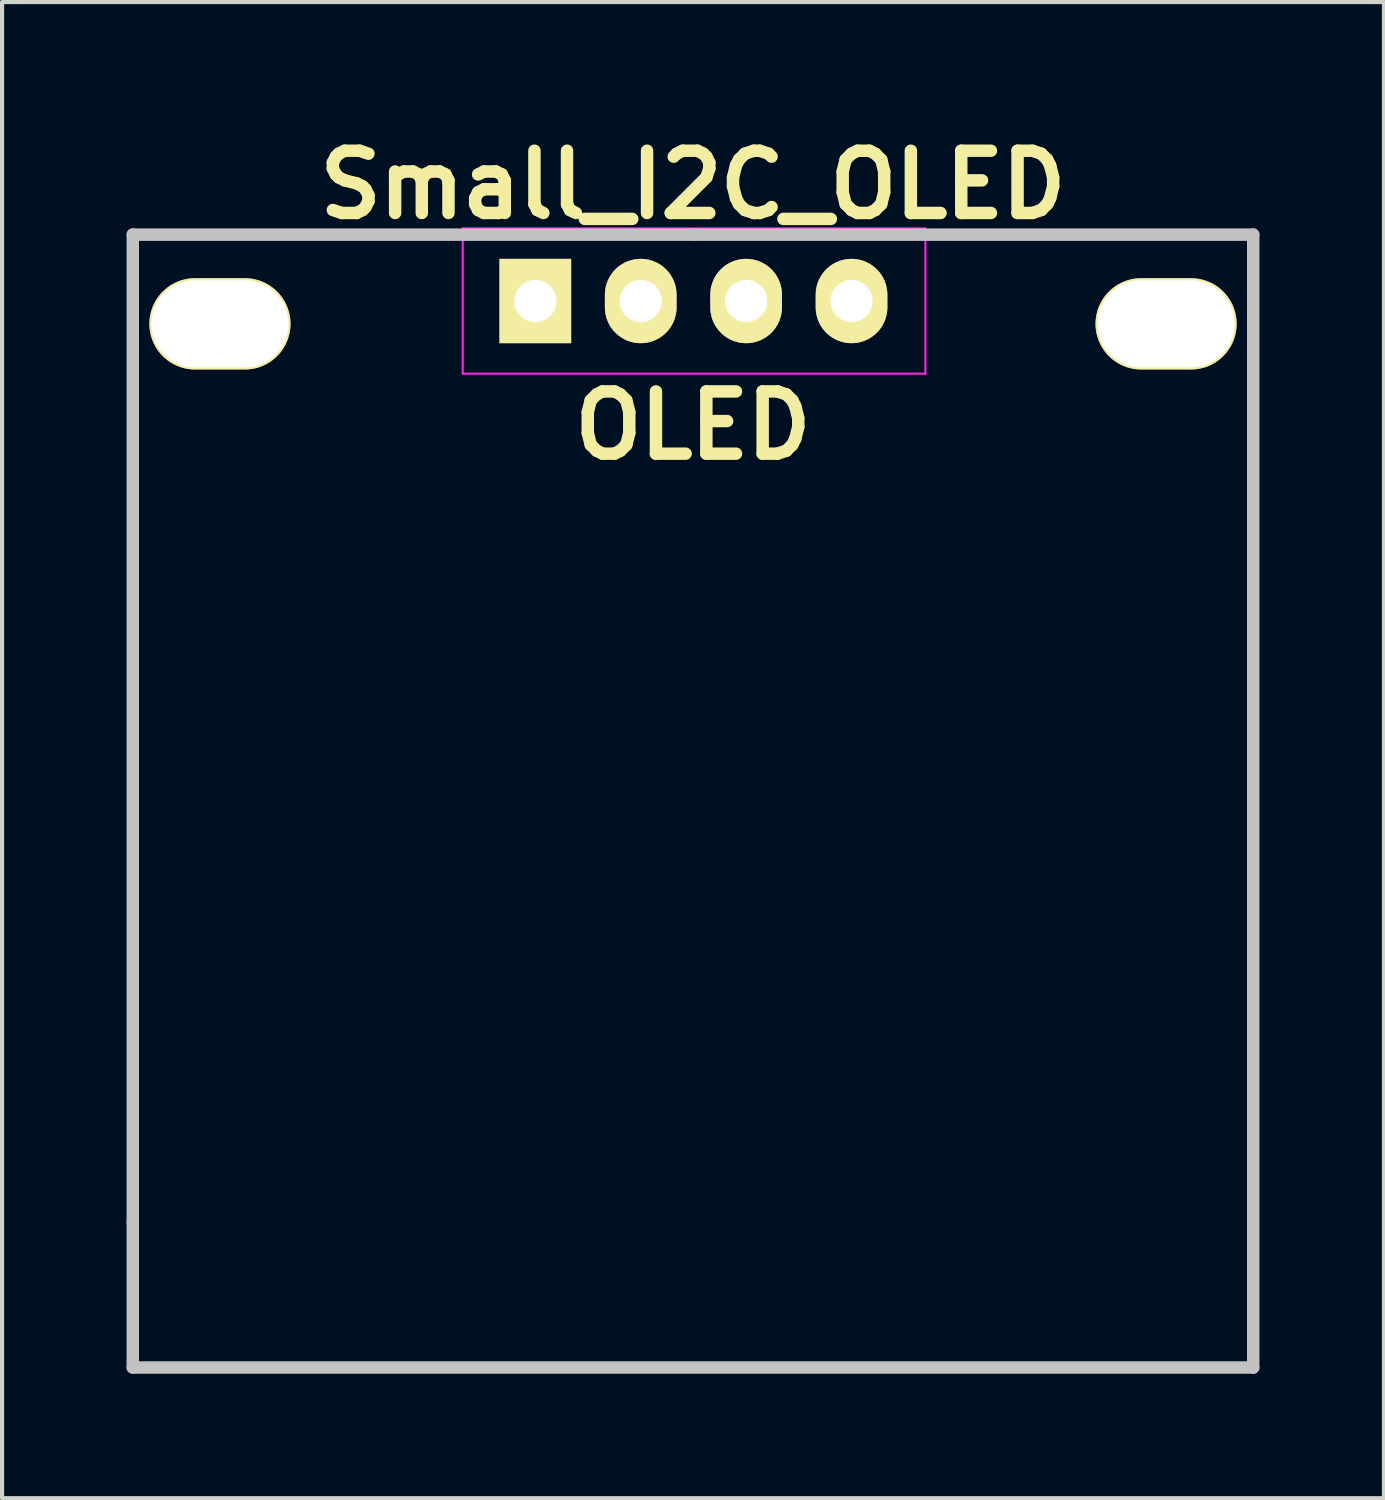
<source format=kicad_pcb>
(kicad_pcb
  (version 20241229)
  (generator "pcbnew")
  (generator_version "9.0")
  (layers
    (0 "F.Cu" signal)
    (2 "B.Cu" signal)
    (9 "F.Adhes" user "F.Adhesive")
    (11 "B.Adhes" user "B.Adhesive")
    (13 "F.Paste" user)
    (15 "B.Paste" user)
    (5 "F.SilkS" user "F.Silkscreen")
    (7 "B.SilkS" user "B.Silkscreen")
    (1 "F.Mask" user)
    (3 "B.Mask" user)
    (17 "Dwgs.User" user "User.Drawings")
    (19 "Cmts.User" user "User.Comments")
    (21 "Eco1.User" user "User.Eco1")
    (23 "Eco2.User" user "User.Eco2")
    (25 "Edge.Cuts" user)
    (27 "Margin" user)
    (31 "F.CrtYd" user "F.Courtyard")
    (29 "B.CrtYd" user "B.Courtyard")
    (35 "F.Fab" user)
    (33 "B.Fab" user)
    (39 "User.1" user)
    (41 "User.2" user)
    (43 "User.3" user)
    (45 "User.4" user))
  (footprint "Small_I2C_OLED"
    (layer "F.Cu")
    (at 13.65 2.604)
    (property "Reference" "Small_I2C_OLED" (at 0 -1.2 0) (layer "F.SilkS") (effects (font (size 1.5 1.5) (thickness 0.3))))
    (attr through_hole)
    (fp_line (start -13.5 0) (end -13.5 23.8) (stroke (width 0.3) (type solid)) (layer "Dwgs.User"))
    (fp_line (start -13.5 23.8) (end -13.5 27.3) (stroke (width 0.3) (type solid)) (layer "Dwgs.User"))
    (fp_line (start 0 0) (end -13.5 0) (stroke (width 0.3) (type solid)) (layer "Dwgs.User"))
    (fp_line (start 0 0) (end 13.5 0) (stroke (width 0.3) (type solid)) (layer "Dwgs.User"))
    (fp_line (start 13.5 0) (end 13.5 27.3) (stroke (width 0.3) (type solid)) (layer "Dwgs.User"))
    (fp_line (start 13.5 27.3) (end -13.5 27.3) (stroke (width 0.3) (type solid)) (layer "Dwgs.User"))
    (fp_line (start -5.55 -0.15) (end -5.55 3.35) (stroke (width 0.05) (type solid)) (layer "F.CrtYd"))
    (fp_line (start -5.55 -0.15) (end 5.6 -0.15) (stroke (width 0.05) (type solid)) (layer "F.CrtYd"))
    (fp_line (start -5.55 3.35) (end 5.6 3.35) (stroke (width 0.05) (type solid)) (layer "F.CrtYd"))
    (fp_line (start 5.6 -0.15) (end 5.6 3.35) (stroke (width 0.05) (type solid)) (layer "F.CrtYd"))
    (fp_text user "OLED" (at 0 4.6 0) (layer "F.SilkS") (effects (font (size 1.5 1.5) (thickness 0.3))))
    (pad "1" thru_hole rect (at -3.8 1.6) (size 1.727 2.032) (drill 1.016) (layers "*.Cu" "*.Mask" "F.SilkS"))
    (pad "2" thru_hole oval (at -11.4 2.15) (size 3.4 2.2) (drill oval 3.3 2.1) (layers "*.Cu" "*.Mask" "F.SilkS"))
    (pad "2" thru_hole oval (at -1.26 1.6) (size 1.727 2.032) (drill 1.016) (layers "*.Cu" "*.Mask" "F.SilkS"))
    (pad "2" thru_hole oval (at 11.4 2.15) (size 3.4 2.2) (drill oval 3.3 2.1) (layers "*.Cu" "*.Mask" "F.SilkS"))
    (pad "3" thru_hole oval (at 1.28 1.6) (size 1.727 2.032) (drill 1.016) (layers "*.Cu" "*.Mask" "F.SilkS"))
    (pad "4" thru_hole oval (at 3.82 1.6) (size 1.727 2.032) (drill 1.016) (layers "*.Cu" "*.Mask" "F.SilkS")))
  (gr_rect
    (start -3 -3)
    (end 30.3 33.054)
    (stroke (width 0.1) (type default))
    (fill no)
    (layer "Edge.Cuts")))
</source>
